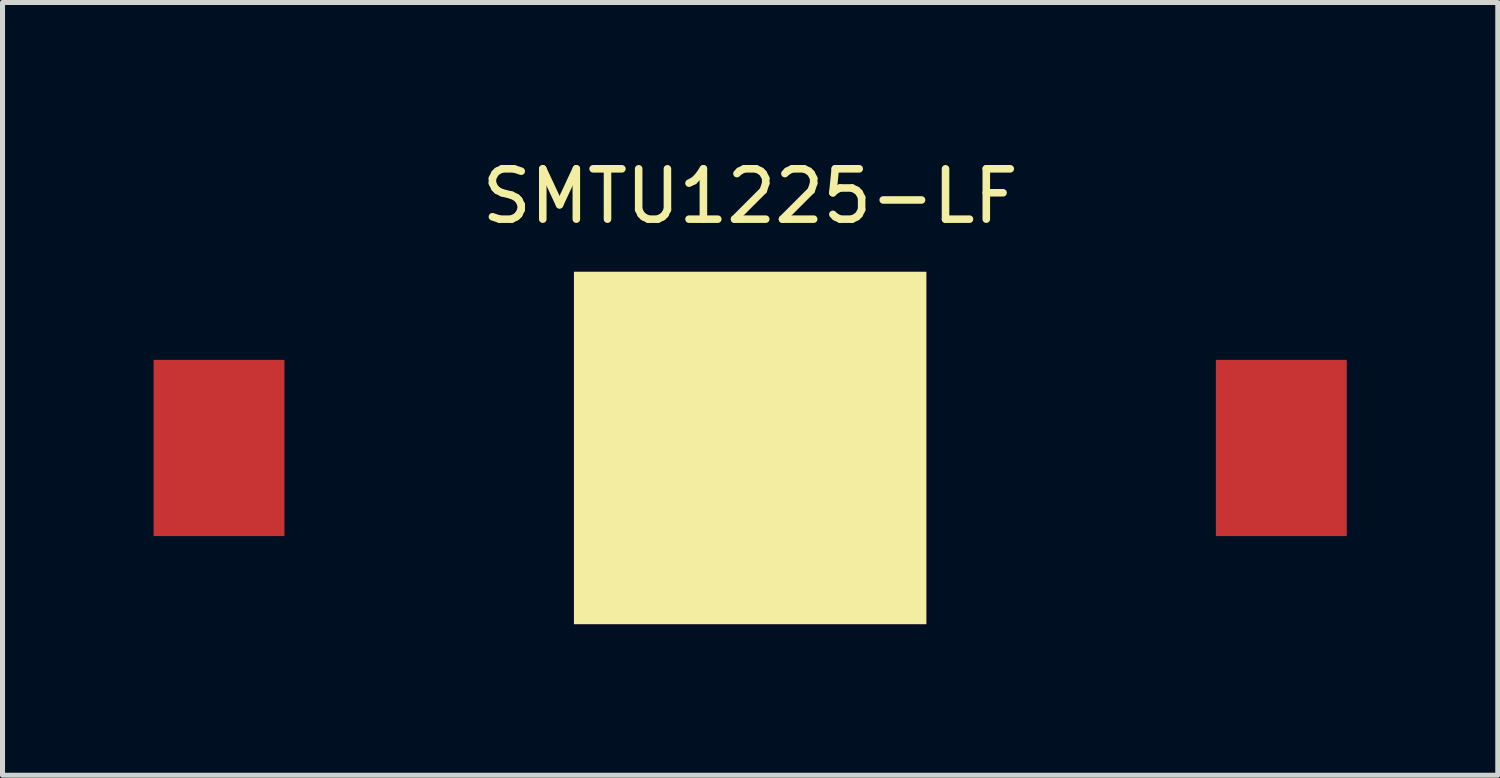
<source format=kicad_pcb>
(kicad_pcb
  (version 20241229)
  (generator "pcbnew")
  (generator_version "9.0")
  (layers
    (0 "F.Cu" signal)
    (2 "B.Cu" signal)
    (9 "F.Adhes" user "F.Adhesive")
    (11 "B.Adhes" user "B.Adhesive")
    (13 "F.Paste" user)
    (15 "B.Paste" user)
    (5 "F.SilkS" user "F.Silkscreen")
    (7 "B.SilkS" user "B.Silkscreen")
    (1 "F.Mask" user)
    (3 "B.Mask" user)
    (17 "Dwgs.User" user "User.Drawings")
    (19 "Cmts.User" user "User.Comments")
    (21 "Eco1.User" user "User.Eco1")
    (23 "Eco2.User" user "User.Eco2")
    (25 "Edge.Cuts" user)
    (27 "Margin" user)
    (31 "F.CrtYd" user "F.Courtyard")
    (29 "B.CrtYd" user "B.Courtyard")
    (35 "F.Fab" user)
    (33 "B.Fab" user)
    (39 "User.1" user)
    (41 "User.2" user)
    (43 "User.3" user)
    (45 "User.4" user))
  (footprint "SMTU1225-LF"
    (layer "F.Cu")
    (at 11.85 5.848)
    (property "Reference" "SMTU1225-LF" (at 0 -5 0) (layer "F.SilkS") (effects (font (size 1 1) (thickness 0.15))))
    (attr through_hole)
    (pad "" smd rect (at 0 0) (size 7 7) (layers "F.SilkS" "F.Adhes"))
    (pad "1" smd rect (at -10.55 0) (size 2.6 3.5) (layers "F.Cu" "F.Mask" "F.Paste"))
    (pad "2" smd rect (at 10.55 0) (size 2.6 3.5) (layers "F.Cu" "F.Mask" "F.Paste")))
  (gr_rect
    (start -3 -3)
    (end 26.7 12.348)
    (stroke (width 0.1) (type default))
    (fill no)
    (layer "Edge.Cuts")))
</source>
